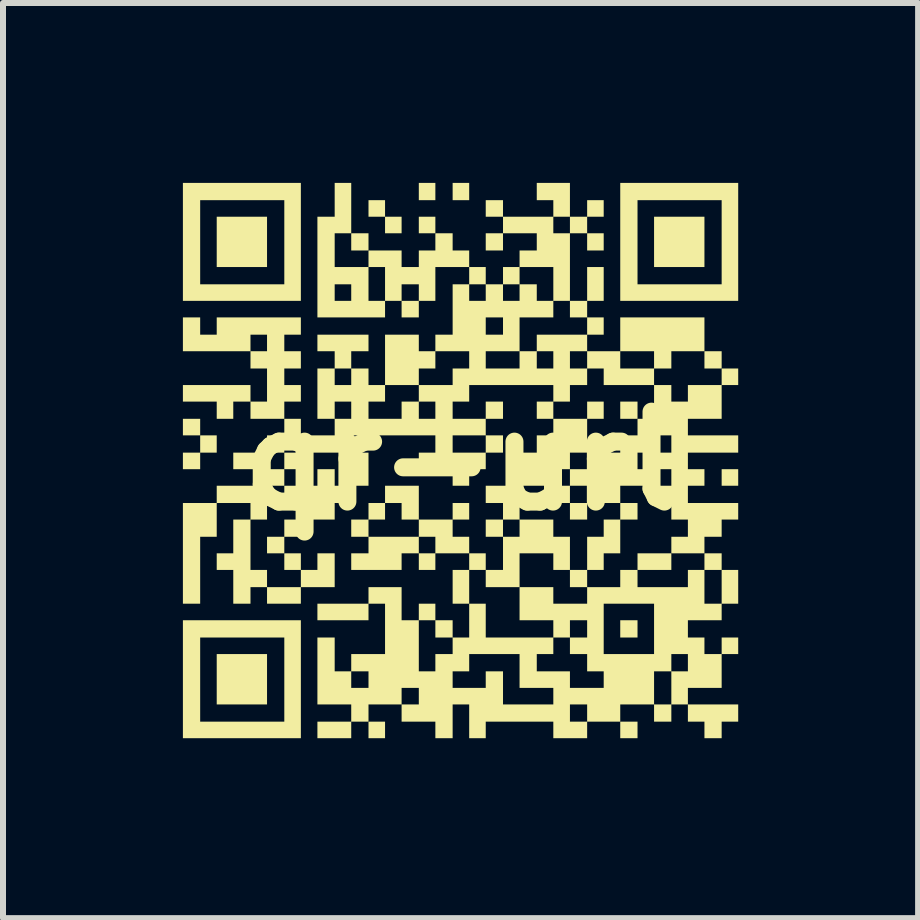
<source format=kicad_pcb>
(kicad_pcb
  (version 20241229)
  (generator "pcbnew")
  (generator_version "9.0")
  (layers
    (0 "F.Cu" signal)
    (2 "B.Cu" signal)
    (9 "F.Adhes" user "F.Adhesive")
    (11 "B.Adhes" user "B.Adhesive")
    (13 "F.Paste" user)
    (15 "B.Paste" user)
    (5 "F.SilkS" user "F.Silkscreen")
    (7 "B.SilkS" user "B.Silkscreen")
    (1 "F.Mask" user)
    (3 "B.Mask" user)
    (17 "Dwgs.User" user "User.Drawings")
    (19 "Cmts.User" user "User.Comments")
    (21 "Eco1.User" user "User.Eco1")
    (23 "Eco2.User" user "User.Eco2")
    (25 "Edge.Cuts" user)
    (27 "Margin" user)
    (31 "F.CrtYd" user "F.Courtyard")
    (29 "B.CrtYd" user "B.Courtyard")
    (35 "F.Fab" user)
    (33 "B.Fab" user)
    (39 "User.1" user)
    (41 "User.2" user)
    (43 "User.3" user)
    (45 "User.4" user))
  (footprint "qr-url"
    (layer "F.Cu")
    (at 4.636 4.636)
    (property "Reference" "qr-url" (at 0 0 0) (layer "F.SilkS") (effects (font (size 1.5 1.5) (thickness 0.3))))
    (attr board_only exclude_from_pos_files exclude_from_bom)
    (fp_poly (pts (xy -4.348 -0.564) (xy -4.348 -0.426) (xy -4.492 -0.426) (xy -4.636 -0.426) (xy -4.636 -0.564) (xy -4.636 -0.702) (xy -4.492 -0.702) (xy -4.348 -0.702)) (stroke (width 0) (type solid)) (fill yes) (layer "F.SilkS"))
    (fp_poly (pts (xy -3.233 -3.652) (xy -3.233 -3.233) (xy -3.652 -3.233) (xy -4.072 -3.233) (xy -4.072 -3.652) (xy -4.072 -4.072) (xy -3.652 -4.072) (xy -3.233 -4.072)) (stroke (width 0) (type solid)) (fill yes) (layer "F.SilkS"))
    (fp_poly (pts (xy -3.233 3.641) (xy -3.233 4.061) (xy -3.652 4.061) (xy -4.072 4.061) (xy -4.072 3.641) (xy -4.072 3.221) (xy -3.652 3.221) (xy -3.233 3.221)) (stroke (width 0) (type solid)) (fill yes) (layer "F.SilkS"))
    (fp_poly (pts (xy -2.669 0) (xy -2.669 0.138) (xy -2.807 0.138) (xy -2.945 0.138) (xy -2.945 0) (xy -2.945 -0.138) (xy -2.807 -0.138) (xy -2.669 -0.138)) (stroke (width 0) (type solid)) (fill yes) (layer "F.SilkS"))
    (fp_poly (pts (xy -1.541 -3.652) (xy -1.541 -3.509) (xy -1.685 -3.509) (xy -1.829 -3.509) (xy -1.829 -3.652) (xy -1.829 -3.796) (xy -1.685 -3.796) (xy -1.541 -3.796)) (stroke (width 0) (type solid)) (fill yes) (layer "F.SilkS"))
    (fp_poly (pts (xy -1.265 -4.21) (xy -1.265 -4.072) (xy -1.403 -4.072) (xy -1.541 -4.072) (xy -1.541 -4.21) (xy -1.541 -4.348) (xy -1.403 -4.348) (xy -1.265 -4.348)) (stroke (width 0) (type solid)) (fill yes) (layer "F.SilkS"))
    (fp_poly (pts (xy -1.265 4.486) (xy -1.265 4.624) (xy -1.403 4.624) (xy -1.541 4.624) (xy -1.541 4.486) (xy -1.541 4.348) (xy -1.403 4.348) (xy -1.265 4.348)) (stroke (width 0) (type solid)) (fill yes) (layer "F.SilkS"))
    (fp_poly (pts (xy -0.989 -3.934) (xy -0.989 -3.796) (xy -1.127 -3.796) (xy -1.265 -3.796) (xy -1.265 -3.934) (xy -1.265 -4.072) (xy -1.127 -4.072) (xy -0.989 -4.072)) (stroke (width 0) (type solid)) (fill yes) (layer "F.SilkS"))
    (fp_poly (pts (xy -0.426 -4.492) (xy -0.426 -4.348) (xy -0.564 -4.348) (xy -0.702 -4.348) (xy -0.702 -4.492) (xy -0.702 -4.636) (xy -0.564 -4.636) (xy -0.426 -4.636)) (stroke (width 0) (type solid)) (fill yes) (layer "F.SilkS"))
    (fp_poly (pts (xy -0.426 -3.934) (xy -0.426 -3.796) (xy -0.564 -3.796) (xy -0.702 -3.796) (xy -0.702 -3.934) (xy -0.702 -4.072) (xy -0.564 -4.072) (xy -0.426 -4.072)) (stroke (width 0) (type solid)) (fill yes) (layer "F.SilkS"))
    (fp_poly (pts (xy 0.138 -4.492) (xy 0.138 -4.348) (xy 0 -4.348) (xy -0.138 -4.348) (xy -0.138 -4.492) (xy -0.138 -4.636) (xy 0 -4.636) (xy 0.138 -4.636)) (stroke (width 0) (type solid)) (fill yes) (layer "F.SilkS"))
    (fp_poly (pts (xy 2.105 0.84) (xy 2.105 0.978) (xy 1.961 0.978) (xy 1.818 0.978) (xy 1.818 0.84) (xy 1.818 0.702) (xy 1.961 0.702) (xy 2.105 0.702)) (stroke (width 0) (type solid)) (fill yes) (layer "F.SilkS"))
    (fp_poly (pts (xy 2.381 -3.652) (xy 2.381 -3.509) (xy 2.243 -3.509) (xy 2.105 -3.509) (xy 2.105 -3.652) (xy 2.105 -3.796) (xy 2.243 -3.796) (xy 2.381 -3.796)) (stroke (width 0) (type solid)) (fill yes) (layer "F.SilkS"))
    (fp_poly (pts (xy 2.381 -0.846) (xy 2.381 -0.702) (xy 2.243 -0.702) (xy 2.105 -0.702) (xy 2.105 -0.846) (xy 2.105 -0.989) (xy 2.243 -0.989) (xy 2.381 -0.989)) (stroke (width 0) (type solid)) (fill yes) (layer "F.SilkS"))
    (fp_poly (pts (xy 2.945 -0.846) (xy 2.945 -0.702) (xy 2.801 -0.702) (xy 2.657 -0.702) (xy 2.657 -0.846) (xy 2.657 -0.989) (xy 2.801 -0.989) (xy 2.945 -0.989)) (stroke (width 0) (type solid)) (fill yes) (layer "F.SilkS"))
    (fp_poly (pts (xy 2.945 2.801) (xy 2.945 2.945) (xy 2.801 2.945) (xy 2.657 2.945) (xy 2.657 2.801) (xy 2.657 2.657) (xy 2.801 2.657) (xy 2.945 2.657)) (stroke (width 0) (type solid)) (fill yes) (layer "F.SilkS"))
    (fp_poly (pts (xy 2.945 4.486) (xy 2.945 4.624) (xy 2.801 4.624) (xy 2.657 4.624) (xy 2.657 4.486) (xy 2.657 4.348) (xy 2.801 4.348) (xy 2.945 4.348)) (stroke (width 0) (type solid)) (fill yes) (layer "F.SilkS"))
    (fp_poly (pts (xy 3.509 1.68) (xy 3.509 1.818) (xy 3.227 1.818) (xy 2.945 1.818) (xy 2.945 1.68) (xy 2.945 1.541) (xy 3.227 1.541) (xy 3.509 1.541)) (stroke (width 0) (type solid)) (fill yes) (layer "F.SilkS"))
    (fp_poly (pts (xy 4.061 -3.652) (xy 4.061 -3.233) (xy 3.641 -3.233) (xy 3.221 -3.233) (xy 3.221 -3.652) (xy 3.221 -4.072) (xy 3.641 -4.072) (xy 4.061 -4.072)) (stroke (width 0) (type solid)) (fill yes) (layer "F.SilkS"))
    (fp_poly (pts (xy 4.348 -1.685) (xy 4.348 -1.541) (xy 4.205 -1.541) (xy 4.061 -1.541) (xy 4.061 -1.685) (xy 4.061 -1.829) (xy 4.205 -1.829) (xy 4.348 -1.829)) (stroke (width 0) (type solid)) (fill yes) (layer "F.SilkS"))
    (fp_poly (pts (xy 4.624 0.276) (xy 4.624 0.414) (xy 4.486 0.414) (xy 4.348 0.414) (xy 4.348 0.276) (xy 4.348 0.138) (xy 4.486 0.138) (xy 4.624 0.138)) (stroke (width 0) (type solid)) (fill yes) (layer "F.SilkS"))
    (fp_poly (pts (xy -4.072 -0.282) (xy -4.072 -0.138) (xy -4.21 -0.138) (xy -4.348 -0.138) (xy -4.348 0) (xy -4.348 0.138) (xy -4.492 0.138) (xy -4.636 0.138) (xy -4.636 0) (xy -4.636 -0.138) (xy -4.492 -0.138) (xy -4.348 -0.138) (xy -4.348 -0.282) (xy -4.348 -0.426) (xy -4.21 -0.426) (xy -4.072 -0.426)) (stroke (width 0) (type solid)) (fill yes) (layer "F.SilkS"))
    (fp_poly (pts (xy 2.105 0.276) (xy 2.105 0.414) (xy 1.961 0.414) (xy 1.818 0.414) (xy 1.818 0.558) (xy 1.818 0.702) (xy 1.68 0.702) (xy 1.541 0.702) (xy 1.541 0.558) (xy 1.541 0.414) (xy 1.68 0.414) (xy 1.818 0.414) (xy 1.818 0.276) (xy 1.818 0.138) (xy 1.961 0.138) (xy 2.105 0.138)) (stroke (width 0) (type solid)) (fill yes) (layer "F.SilkS"))
    (fp_poly (pts (xy 4.624 4.205) (xy 4.624 4.348) (xy 4.486 4.348) (xy 4.348 4.348) (xy 4.348 4.486) (xy 4.348 4.624) (xy 4.205 4.624) (xy 4.061 4.624) (xy 4.061 4.486) (xy 4.061 4.348) (xy 3.923 4.348) (xy 3.785 4.348) (xy 3.785 4.205) (xy 3.785 4.061) (xy 4.205 4.061) (xy 4.624 4.061)) (stroke (width 0) (type solid)) (fill yes) (layer "F.SilkS"))
    (fp_poly (pts (xy -2.669 -3.652) (xy -2.669 -2.669) (xy -3.652 -2.669) (xy -4.636 -2.669) (xy -4.636 -3.652) (xy -4.636 -4.348) (xy -4.348 -4.348) (xy -4.348 -3.647) (xy -4.348 -2.945) (xy -3.647 -2.945) (xy -2.945 -2.945) (xy -2.945 -3.647) (xy -2.945 -4.348) (xy -3.647 -4.348) (xy -4.348 -4.348) (xy -4.636 -4.348) (xy -4.636 -4.636) (xy -3.652 -4.636) (xy -2.669 -4.636)) (stroke (width 0) (type solid)) (fill yes) (layer "F.SilkS"))
    (fp_poly (pts (xy -2.669 3.641) (xy -2.669 4.624) (xy -3.652 4.624) (xy -4.636 4.624) (xy -4.636 3.641) (xy -4.636 2.945) (xy -4.348 2.945) (xy -4.348 3.647) (xy -4.348 4.348) (xy -3.647 4.348) (xy -2.945 4.348) (xy -2.945 3.647) (xy -2.945 2.945) (xy -3.647 2.945) (xy -4.348 2.945) (xy -4.636 2.945) (xy -4.636 2.657) (xy -3.652 2.657) (xy -2.669 2.657)) (stroke (width 0) (type solid)) (fill yes) (layer "F.SilkS"))
    (fp_poly (pts (xy 4.624 -3.652) (xy 4.624 -2.669) (xy 3.641 -2.669) (xy 2.657 -2.669) (xy 2.657 -3.652) (xy 2.657 -4.348) (xy 2.945 -4.348) (xy 2.945 -3.647) (xy 2.945 -2.945) (xy 3.647 -2.945) (xy 4.348 -2.945) (xy 4.348 -3.647) (xy 4.348 -4.348) (xy 3.647 -4.348) (xy 2.945 -4.348) (xy 2.657 -4.348) (xy 2.657 -4.636) (xy 3.641 -4.636) (xy 4.624 -4.636)) (stroke (width 0) (type solid)) (fill yes) (layer "F.SilkS"))
    (fp_poly (pts (xy 2.945 0.84) (xy 2.945 0.978) (xy 2.801 0.978) (xy 2.657 0.978) (xy 2.657 1.26) (xy 2.657 1.541) (xy 2.519 1.541) (xy 2.381 1.541) (xy 2.381 1.68) (xy 2.381 1.818) (xy 2.243 1.818) (xy 2.105 1.818) (xy 2.105 1.961) (xy 2.105 2.105) (xy 1.961 2.105) (xy 1.818 2.105) (xy 1.818 1.961) (xy 1.818 1.818) (xy 1.961 1.818) (xy 2.105 1.818) (xy 2.105 1.541) (xy 2.105 1.265) (xy 2.243 1.265) (xy 2.381 1.265) (xy 2.381 1.122) (xy 2.381 0.978) (xy 2.519 0.978) (xy 2.657 0.978) (xy 2.657 0.84) (xy 2.657 0.702) (xy 2.801 0.702) (xy 2.945 0.702)) (stroke (width 0) (type solid)) (fill yes) (layer "F.SilkS"))
    (fp_poly (pts (xy -1.541 0.138) (xy -1.541 0.414) (xy -1.685 0.414) (xy -1.829 0.414) (xy -1.829 0.558) (xy -1.829 0.702) (xy -1.967 0.702) (xy -2.105 0.702) (xy -2.105 0.84) (xy -2.105 0.978) (xy -2.387 0.978) (xy -2.669 0.978) (xy -2.669 1.122) (xy -2.669 1.265) (xy -2.807 1.265) (xy -2.945 1.265) (xy -2.945 1.403) (xy -2.945 1.541) (xy -3.089 1.541) (xy -3.233 1.541) (xy -3.233 1.403) (xy -3.233 1.265) (xy -3.089 1.265) (xy -2.945 1.265) (xy -2.945 1.122) (xy -2.945 0.978) (xy -2.807 0.978) (xy -2.669 0.978) (xy -2.669 0.84) (xy -2.669 0.702) (xy -2.807 0.702) (xy -2.945 0.702) (xy -2.945 0.558) (xy -2.945 0.414) (xy -2.669 0.414) (xy -2.393 0.414) (xy -2.393 0.276) (xy -2.393 0.138) (xy -2.249 0.138) (xy -2.105 0.138) (xy -2.105 0.276) (xy -2.105 0.414) (xy -1.967 0.414) (xy -1.829 0.414) (xy -1.829 0.138) (xy -1.829 -0.138) (xy -1.685 -0.138) (xy -1.541 -0.138)) (stroke (width 0) (type solid)) (fill yes) (layer "F.SilkS"))
    (fp_poly (pts (xy -4.348 -2.249) (xy -4.348 -2.105) (xy -4.21 -2.105) (xy -4.072 -2.105) (xy -3.509 -2.105) (xy -3.509 -1.967) (xy -3.509 -1.829) (xy -3.371 -1.829) (xy -3.233 -1.829) (xy -3.233 -1.967) (xy -3.233 -2.105) (xy -3.371 -2.105) (xy -3.509 -2.105) (xy -4.072 -2.105) (xy -4.072 -2.249) (xy -4.072 -2.393) (xy -3.371 -2.393) (xy -2.669 -2.393) (xy -2.669 -2.249) (xy -2.669 -2.105) (xy -2.807 -2.105) (xy -2.945 -2.105) (xy -2.945 -1.967) (xy -2.945 -1.829) (xy -2.807 -1.829) (xy -2.669 -1.829) (xy -2.669 -1.685) (xy -2.669 -1.541) (xy -2.807 -1.541) (xy -2.945 -1.541) (xy -2.945 -1.403) (xy -2.945 -1.265) (xy -2.807 -1.265) (xy -2.669 -1.265) (xy -2.669 -1.127) (xy -2.669 -0.989) (xy -2.807 -0.989) (xy -2.945 -0.989) (xy -2.945 -0.846) (xy -2.945 -0.702) (xy -3.227 -0.702) (xy -3.509 -0.702) (xy -3.509 -0.846) (xy -3.509 -0.989) (xy -3.652 -0.989) (xy -3.796 -0.989) (xy -3.796 -0.846) (xy -3.796 -0.702) (xy -3.934 -0.702) (xy -4.072 -0.702) (xy -4.072 -0.846) (xy -4.072 -0.989) (xy -4.354 -0.989) (xy -4.636 -0.989) (xy -4.636 -1.127) (xy -4.636 -1.265) (xy -4.072 -1.265) (xy -3.509 -1.265) (xy -3.509 -1.127) (xy -3.509 -0.989) (xy -3.371 -0.989) (xy -3.233 -0.989) (xy -3.233 -1.265) (xy -3.233 -1.541) (xy -3.371 -1.541) (xy -3.509 -1.541) (xy -3.509 -1.685) (xy -3.509 -1.829) (xy -4.072 -1.829) (xy -4.636 -1.829) (xy -4.636 -2.111) (xy -4.636 -2.393) (xy -4.492 -2.393) (xy -4.348 -2.393)) (stroke (width 0) (type solid)) (fill yes) (layer "F.SilkS"))
    (fp_poly (pts (xy -0.702 0.696) (xy -0.702 0.978) (xy -0.42 0.978) (xy -0.138 0.978) (xy -0.138 0.84) (xy -0.138 0.702) (xy 0 0.702) (xy 0.138 0.702) (xy 0.138 0.84) (xy 0.138 0.978) (xy 0 0.978) (xy -0.138 0.978) (xy -0.138 1.122) (xy -0.138 1.265) (xy 0 1.265) (xy 0.138 1.265) (xy 0.138 1.403) (xy 0.138 1.541) (xy -0.144 1.541) (xy -0.426 1.541) (xy -0.426 1.68) (xy -0.426 1.818) (xy -0.564 1.818) (xy -0.702 1.818) (xy -0.702 1.68) (xy -0.702 1.541) (xy -0.846 1.541) (xy -0.989 1.541) (xy -0.989 1.68) (xy -0.989 1.818) (xy -1.409 1.818) (xy -1.829 1.818) (xy -1.829 1.68) (xy -1.829 1.541) (xy -1.685 1.541) (xy -1.541 1.541) (xy -1.541 1.403) (xy -1.541 1.265) (xy -1.122 1.265) (xy -0.702 1.265) (xy -0.702 1.403) (xy -0.702 1.541) (xy -0.564 1.541) (xy -0.426 1.541) (xy -0.426 1.403) (xy -0.426 1.265) (xy -0.564 1.265) (xy -0.702 1.265) (xy -0.702 1.122) (xy -0.702 0.978) (xy -0.846 0.978) (xy -0.989 0.978) (xy -0.989 0.84) (xy -0.989 0.702) (xy -1.127 0.702) (xy -1.265 0.702) (xy -1.265 0.84) (xy -1.265 0.978) (xy -1.403 0.978) (xy -1.541 0.978) (xy -1.541 1.122) (xy -1.541 1.265) (xy -1.685 1.265) (xy -1.829 1.265) (xy -1.829 1.122) (xy -1.829 0.978) (xy -1.685 0.978) (xy -1.541 0.978) (xy -1.541 0.84) (xy -1.541 0.702) (xy -1.403 0.702) (xy -1.265 0.702) (xy -1.265 0.558) (xy -1.265 0.414) (xy -0.984 0.414) (xy -0.702 0.414)) (stroke (width 0) (type solid)) (fill yes) (layer "F.SilkS"))
    (fp_poly (pts (xy -2.945 0.276) (xy -2.945 0.414) (xy -3.089 0.414) (xy -3.233 0.414) (xy -3.233 0.696) (xy -3.233 0.978) (xy -3.371 0.978) (xy -3.509 0.978) (xy -3.509 1.398) (xy -3.509 1.818) (xy -3.371 1.818) (xy -3.233 1.818) (xy -3.233 1.961) (xy -3.233 2.105) (xy -2.951 2.105) (xy -2.669 2.105) (xy -2.669 1.961) (xy -2.669 1.818) (xy -2.807 1.818) (xy -2.945 1.818) (xy -2.945 1.68) (xy -2.945 1.541) (xy -2.807 1.541) (xy -2.669 1.541) (xy -2.669 1.68) (xy -2.669 1.818) (xy -2.531 1.818) (xy -2.393 1.818) (xy -2.393 1.68) (xy -2.393 1.541) (xy -2.249 1.541) (xy -2.105 1.541) (xy -2.105 1.823) (xy -2.105 2.105) (xy -2.387 2.105) (xy -2.669 2.105) (xy -2.669 2.243) (xy -2.669 2.381) (xy -2.951 2.381) (xy -3.233 2.381) (xy -3.233 2.243) (xy -3.233 2.105) (xy -3.371 2.105) (xy -3.509 2.105) (xy -3.509 2.243) (xy -3.509 2.381) (xy -3.652 2.381) (xy -3.796 2.381) (xy -3.796 2.099) (xy -3.796 1.818) (xy -3.934 1.818) (xy -4.072 1.818) (xy -4.072 1.68) (xy -4.072 1.541) (xy -3.934 1.541) (xy -3.796 1.541) (xy -3.796 1.26) (xy -3.796 0.978) (xy -3.652 0.978) (xy -3.509 0.978) (xy -3.509 0.84) (xy -3.509 0.702) (xy -3.79 0.702) (xy -4.072 0.702) (xy -4.072 0.984) (xy -4.072 1.265) (xy -4.21 1.265) (xy -4.348 1.265) (xy -4.348 1.823) (xy -4.348 2.381) (xy -4.492 2.381) (xy -4.636 2.381) (xy -4.636 1.541) (xy -4.636 0.702) (xy -4.354 0.702) (xy -4.072 0.702) (xy -4.072 0.558) (xy -4.072 0.414) (xy -3.652 0.414) (xy -3.233 0.414) (xy -3.233 0.276) (xy -3.233 0.138) (xy -3.089 0.138) (xy -2.945 0.138)) (stroke (width 0) (type solid)) (fill yes) (layer "F.SilkS"))
    (fp_poly (pts (xy -1.829 -4.216) (xy -1.829 -3.796) (xy -1.967 -3.796) (xy -2.105 -3.796) (xy -2.105 -3.514) (xy -2.105 -3.233) (xy -1.823 -3.233) (xy -1.541 -3.233) (xy -1.541 -2.951) (xy -1.541 -2.669) (xy -1.403 -2.669) (xy -1.265 -2.669) (xy -1.265 -2.945) (xy -0.989 -2.945) (xy -0.989 -2.807) (xy -0.989 -2.669) (xy -0.846 -2.669) (xy -0.702 -2.669) (xy -0.702 -2.807) (xy -0.702 -2.945) (xy -0.846 -2.945) (xy -0.989 -2.945) (xy -1.265 -2.945) (xy -1.265 -2.951) (xy -1.265 -3.233) (xy -1.403 -3.233) (xy -1.541 -3.233) (xy -1.541 -3.371) (xy -1.541 -3.509) (xy -1.265 -3.509) (xy -0.989 -3.509) (xy -0.989 -3.371) (xy -0.989 -3.233) (xy -0.846 -3.233) (xy -0.702 -3.233) (xy -0.702 -3.371) (xy -0.702 -3.509) (xy -0.564 -3.509) (xy -0.426 -3.509) (xy -0.426 -3.652) (xy -0.426 -3.796) (xy -0.282 -3.796) (xy -0.138 -3.796) (xy -0.138 -3.652) (xy -0.138 -3.509) (xy 0 -3.509) (xy 0.138 -3.509) (xy 0.138 -3.371) (xy 0.138 -3.233) (xy -0.144 -3.233) (xy -0.426 -3.233) (xy -0.426 -2.951) (xy -0.426 -2.669) (xy -0.564 -2.669) (xy -0.702 -2.669) (xy -0.702 -2.531) (xy -0.702 -2.393) (xy -0.846 -2.393) (xy -0.989 -2.393) (xy -0.989 -2.531) (xy -0.989 -2.669) (xy -1.127 -2.669) (xy -1.265 -2.669) (xy -1.265 -2.531) (xy -1.265 -2.393) (xy -1.829 -2.393) (xy -2.393 -2.393) (xy -2.393 -2.945) (xy -2.105 -2.945) (xy -2.105 -2.807) (xy -2.105 -2.669) (xy -1.967 -2.669) (xy -1.829 -2.669) (xy -1.829 -2.807) (xy -1.829 -2.945) (xy -1.967 -2.945) (xy -2.105 -2.945) (xy -2.393 -2.945) (xy -2.393 -3.233) (xy -2.393 -4.072) (xy -2.249 -4.072) (xy -2.105 -4.072) (xy -2.105 -4.354) (xy -2.105 -4.636) (xy -1.967 -4.636) (xy -1.829 -4.636)) (stroke (width 0) (type solid)) (fill yes) (layer "F.SilkS"))
    (fp_poly (pts (xy 2.105 -0.42) (xy 2.105 -0.138) (xy 1.961 -0.138) (xy 1.818 -0.138) (xy 1.818 0) (xy 1.818 0.138) (xy 1.68 0.138) (xy 1.541 0.138) (xy 1.541 0.276) (xy 1.541 0.414) (xy 1.26 0.414) (xy 0.978 0.414) (xy 0.978 0.696) (xy 0.978 0.978) (xy 0.84 0.978) (xy 0.702 0.978) (xy 0.702 1.122) (xy 0.702 1.265) (xy 0.84 1.265) (xy 0.978 1.265) (xy 0.978 1.122) (xy 0.978 0.978) (xy 1.26 0.978) (xy 1.541 0.978) (xy 1.541 1.122) (xy 1.541 1.265) (xy 1.68 1.265) (xy 1.818 1.265) (xy 1.818 1.541) (xy 1.818 1.818) (xy 1.68 1.818) (xy 1.541 1.818) (xy 1.541 1.68) (xy 1.541 1.541) (xy 1.26 1.541) (xy 0.978 1.541) (xy 0.978 1.823) (xy 0.978 2.105) (xy 0.696 2.105) (xy 0.414 2.105) (xy 0.414 1.961) (xy 0.414 1.818) (xy 0.276 1.818) (xy 0.138 1.818) (xy 0.138 2.099) (xy 0.138 2.381) (xy 0 2.381) (xy -0.138 2.381) (xy -0.138 2.099) (xy -0.138 1.818) (xy 0 1.818) (xy 0.138 1.818) (xy 0.138 1.68) (xy 0.138 1.541) (xy 0.276 1.541) (xy 0.414 1.541) (xy 0.414 1.68) (xy 0.414 1.818) (xy 0.558 1.818) (xy 0.702 1.818) (xy 0.702 1.541) (xy 0.702 1.265) (xy 0.558 1.265) (xy 0.414 1.265) (xy 0.414 1.122) (xy 0.414 0.978) (xy 0.558 0.978) (xy 0.702 0.978) (xy 0.702 0.84) (xy 0.702 0.702) (xy 0.558 0.702) (xy 0.414 0.702) (xy 0.414 0.558) (xy 0.414 0.414) (xy 0.696 0.414) (xy 0.978 0.414) (xy 0.978 0.138) (xy 0.978 -0.138) (xy 1.122 -0.138) (xy 1.265 -0.138) (xy 1.265 -0.282) (xy 1.265 -0.426) (xy 1.403 -0.426) (xy 1.541 -0.426) (xy 1.541 -0.564) (xy 1.541 -0.702) (xy 1.823 -0.702) (xy 2.105 -0.702)) (stroke (width 0) (type solid)) (fill yes) (layer "F.SilkS"))
    (fp_poly (pts (xy 4.624 -1.403) (xy 4.624 -1.265) (xy 4.486 -1.265) (xy 4.348 -1.265) (xy 4.348 -0.984) (xy 4.348 -0.702) (xy 4.067 -0.702) (xy 3.785 -0.702) (xy 3.785 -0.564) (xy 3.785 -0.426) (xy 4.205 -0.426) (xy 4.624 -0.426) (xy 4.624 -0.282) (xy 4.624 -0.138) (xy 4.205 -0.138) (xy 3.785 -0.138) (xy 3.785 0) (xy 3.785 0.138) (xy 3.923 0.138) (xy 4.061 0.138) (xy 4.061 0.276) (xy 4.061 0.414) (xy 3.923 0.414) (xy 3.785 0.414) (xy 3.785 0.558) (xy 3.785 0.702) (xy 4.205 0.702) (xy 4.624 0.702) (xy 4.624 0.84) (xy 4.624 0.978) (xy 4.486 0.978) (xy 4.348 0.978) (xy 4.348 1.122) (xy 4.348 1.265) (xy 4.205 1.265) (xy 4.061 1.265) (xy 4.061 1.403) (xy 4.061 1.541) (xy 3.785 1.541) (xy 3.509 1.541) (xy 3.509 1.403) (xy 3.509 1.265) (xy 3.647 1.265) (xy 3.785 1.265) (xy 3.785 1.122) (xy 3.785 0.978) (xy 3.647 0.978) (xy 3.509 0.978) (xy 3.509 0.84) (xy 3.509 0.702) (xy 3.365 0.702) (xy 3.221 0.702) (xy 3.221 0.558) (xy 3.221 0.414) (xy 3.365 0.414) (xy 3.509 0.414) (xy 3.509 0.276) (xy 3.509 0.138) (xy 3.365 0.138) (xy 3.221 0.138) (xy 3.221 0.276) (xy 3.221 0.414) (xy 2.939 0.414) (xy 2.657 0.414) (xy 2.657 0.558) (xy 2.657 0.702) (xy 2.381 0.702) (xy 2.105 0.702) (xy 2.105 0.558) (xy 2.105 0.414) (xy 2.243 0.414) (xy 2.381 0.414) (xy 2.381 0.276) (xy 2.381 0.138) (xy 2.945 0.138) (xy 3.083 0.138) (xy 3.221 0.138) (xy 3.221 0) (xy 3.221 -0.138) (xy 3.365 -0.138) (xy 3.509 -0.138) (xy 3.509 -0.282) (xy 3.509 -0.426) (xy 3.365 -0.426) (xy 3.221 -0.426) (xy 3.221 -0.282) (xy 3.221 -0.138) (xy 3.083 -0.138) (xy 2.945 -0.138) (xy 2.945 0) (xy 2.945 0.138) (xy 2.381 0.138) (xy 2.243 0.138) (xy 2.105 0.138) (xy 2.105 0) (xy 2.105 -0.138) (xy 2.381 -0.138) (xy 2.657 -0.138) (xy 2.657 -0.282) (xy 2.657 -0.426) (xy 2.801 -0.426) (xy 2.945 -0.426) (xy 2.945 -0.564) (xy 2.945 -0.702) (xy 3.083 -0.702) (xy 3.221 -0.702) (xy 3.221 -0.984) (xy 3.221 -1.265) (xy 3.365 -1.265) (xy 3.509 -1.265) (xy 3.509 -1.127) (xy 3.509 -0.989) (xy 3.647 -0.989) (xy 3.785 -0.989) (xy 3.785 -1.127) (xy 3.785 -1.265) (xy 4.067 -1.265) (xy 4.348 -1.265) (xy 4.348 -1.403) (xy 4.348 -1.541) (xy 4.486 -1.541) (xy 4.624 -1.541)) (stroke (width 0) (type solid)) (fill yes) (layer "F.SilkS"))
    (fp_poly (pts (xy 4.348 1.68) (xy 4.348 1.818) (xy 4.205 1.818) (xy 4.061 1.818) (xy 4.061 2.099) (xy 4.061 2.381) (xy 4.205 2.381) (xy 4.348 2.381) (xy 4.348 2.099) (xy 4.348 1.818) (xy 4.486 1.818) (xy 4.624 1.818) (xy 4.624 2.099) (xy 4.624 2.381) (xy 4.486 2.381) (xy 4.348 2.381) (xy 4.348 2.519) (xy 4.348 2.657) (xy 4.067 2.657) (xy 3.785 2.657) (xy 3.785 2.801) (xy 3.785 2.945) (xy 3.923 2.945) (xy 4.061 2.945) (xy 4.061 3.083) (xy 4.061 3.221) (xy 4.205 3.221) (xy 4.348 3.221) (xy 4.348 3.083) (xy 4.348 2.945) (xy 4.486 2.945) (xy 4.624 2.945) (xy 4.624 3.083) (xy 4.624 3.221) (xy 4.486 3.221) (xy 4.348 3.221) (xy 4.348 3.503) (xy 4.348 3.785) (xy 4.067 3.785) (xy 3.785 3.785) (xy 3.785 3.923) (xy 3.785 4.061) (xy 3.647 4.061) (xy 3.509 4.061) (xy 3.509 4.205) (xy 3.509 4.348) (xy 3.365 4.348) (xy 3.221 4.348) (xy 3.221 4.205) (xy 3.221 4.061) (xy 3.365 4.061) (xy 3.509 4.061) (xy 3.509 3.785) (xy 3.509 3.509) (xy 3.647 3.509) (xy 3.785 3.509) (xy 3.785 3.365) (xy 3.785 3.221) (xy 3.647 3.221) (xy 3.509 3.221) (xy 3.509 3.365) (xy 3.509 3.509) (xy 3.365 3.509) (xy 3.221 3.509) (xy 3.221 3.785) (xy 3.221 4.061) (xy 2.939 4.061) (xy 2.657 4.061) (xy 2.657 4.205) (xy 2.657 4.348) (xy 2.381 4.348) (xy 2.105 4.348) (xy 2.105 4.486) (xy 2.105 4.624) (xy 1.823 4.624) (xy 1.541 4.624) (xy 1.541 4.486) (xy 1.541 4.348) (xy 0.978 4.348) (xy 0.414 4.348) (xy 0.414 4.486) (xy 0.414 4.624) (xy 0.276 4.624) (xy 0.138 4.624) (xy 0.138 4.343) (xy 0.138 4.061) (xy 0 4.061) (xy -0.138 4.061) (xy -0.138 4.343) (xy -0.138 4.624) (xy -0.282 4.624) (xy -0.426 4.624) (xy -0.426 4.486) (xy -0.426 4.348) (xy -0.707 4.348) (xy -0.989 4.348) (xy -0.989 4.205) (xy -0.989 4.061) (xy -1.265 4.061) (xy -1.541 4.061) (xy -1.541 4.205) (xy -1.541 4.348) (xy -1.685 4.348) (xy -1.829 4.348) (xy -1.829 4.486) (xy -1.829 4.624) (xy -2.111 4.624) (xy -2.393 4.624) (xy -2.393 4.486) (xy -2.393 4.348) (xy -2.111 4.348) (xy -1.829 4.348) (xy -1.829 4.205) (xy -1.829 4.061) (xy -2.111 4.061) (xy -2.393 4.061) (xy -2.393 3.503) (xy -2.393 2.945) (xy -2.249 2.945) (xy -2.105 2.945) (xy -2.105 3.227) (xy -2.105 3.509) (xy -1.967 3.509) (xy -1.829 3.509) (xy -1.829 3.647) (xy -1.829 3.785) (xy -1.685 3.785) (xy -1.541 3.785) (xy -0.989 3.785) (xy -0.989 3.923) (xy -0.989 4.061) (xy -0.846 4.061) (xy -0.702 4.061) (xy -0.702 3.923) (xy -0.702 3.785) (xy -0.138 3.785) (xy 0.138 3.785) (xy 0.414 3.785) (xy 0.414 3.647) (xy 0.414 3.509) (xy 0.558 3.509) (xy 0.702 3.509) (xy 0.702 3.785) (xy 0.702 4.061) (xy 1.122 4.061) (xy 1.541 4.061) (xy 1.818 4.061) (xy 1.818 4.205) (xy 1.818 4.348) (xy 1.961 4.348) (xy 2.105 4.348) (xy 2.105 4.205) (xy 2.105 4.061) (xy 1.961 4.061) (xy 1.818 4.061) (xy 1.541 4.061) (xy 1.541 3.923) (xy 1.541 3.785) (xy 1.26 3.785) (xy 0.978 3.785) (xy 0.978 3.503) (xy 0.978 3.221) (xy 0.558 3.221) (xy 0.138 3.221) (xy 0.138 3.365) (xy 0.138 3.509) (xy 0 3.509) (xy -0.138 3.509) (xy -0.138 3.647) (xy -0.138 3.785) (xy -0.702 3.785) (xy -0.846 3.785) (xy -0.989 3.785) (xy -1.541 3.785) (xy -1.541 3.647) (xy -1.541 3.509) (xy -1.685 3.509) (xy -1.829 3.509) (xy -1.829 3.365) (xy -1.829 3.221) (xy -1.547 3.221) (xy -1.265 3.221) (xy -1.265 2.801) (xy -1.265 2.381) (xy -1.403 2.381) (xy -1.541 2.381) (xy -1.541 2.519) (xy -1.541 2.657) (xy -1.967 2.657) (xy -2.393 2.657) (xy -2.393 2.519) (xy -2.393 2.381) (xy -1.967 2.381) (xy -1.541 2.381) (xy -1.541 2.243) (xy -1.541 2.105) (xy -1.265 2.105) (xy -0.989 2.105) (xy -0.989 2.381) (xy -0.989 2.657) (xy -0.846 2.657) (xy -0.702 2.657) (xy -0.702 2.519) (xy -0.702 2.381) (xy -0.564 2.381) (xy -0.426 2.381) (xy -0.426 2.519) (xy -0.426 2.657) (xy -0.564 2.657) (xy -0.702 2.657) (xy -0.702 3.083) (xy -0.702 3.509) (xy -0.564 3.509) (xy -0.426 3.509) (xy -0.426 3.365) (xy -0.426 3.221) (xy -0.282 3.221) (xy -0.138 3.221) (xy -0.138 3.083) (xy -0.138 2.945) (xy -0.282 2.945) (xy -0.426 2.945) (xy -0.426 2.801) (xy -0.426 2.657) (xy -0.282 2.657) (xy -0.138 2.657) (xy -0.138 2.801) (xy -0.138 2.945) (xy 0 2.945) (xy 0.138 2.945) (xy 0.138 2.663) (xy 0.138 2.381) (xy 0.276 2.381) (xy 0.414 2.381) (xy 0.414 2.663) (xy 0.414 2.945) (xy 0.978 2.945) (xy 1.541 2.945) (xy 1.541 3.083) (xy 1.541 3.221) (xy 1.403 3.221) (xy 1.265 3.221) (xy 1.265 3.365) (xy 1.265 3.509) (xy 1.541 3.509) (xy 1.818 3.509) (xy 1.818 3.647) (xy 1.818 3.785) (xy 2.099 3.785) (xy 2.381 3.785) (xy 2.381 3.647) (xy 2.381 3.509) (xy 2.243 3.509) (xy 2.105 3.509) (xy 2.105 3.365) (xy 2.105 3.221) (xy 1.961 3.221) (xy 1.818 3.221) (xy 1.818 3.083) (xy 1.818 2.945) (xy 1.961 2.945) (xy 2.105 2.945) (xy 2.105 2.801) (xy 2.105 2.657) (xy 1.961 2.657) (xy 1.818 2.657) (xy 1.818 2.801) (xy 1.818 2.945) (xy 1.68 2.945) (xy 1.541 2.945) (xy 1.541 2.801) (xy 1.541 2.657) (xy 1.26 2.657) (xy 0.978 2.657) (xy 0.978 2.381) (xy 0.978 2.105) (xy 1.26 2.105) (xy 1.541 2.105) (xy 1.541 2.243) (xy 1.541 2.381) (xy 1.823 2.381) (xy 2.105 2.381) (xy 2.381 2.381) (xy 2.381 2.801) (xy 2.381 3.221) (xy 2.801 3.221) (xy 3.221 3.221) (xy 3.221 2.801) (xy 3.221 2.381) (xy 2.801 2.381) (xy 2.381 2.381) (xy 2.105 2.381) (xy 2.105 2.243) (xy 2.105 2.105) (xy 2.381 2.105) (xy 2.657 2.105) (xy 2.657 1.961) (xy 2.657 1.818) (xy 2.801 1.818) (xy 2.945 1.818) (xy 2.945 1.961) (xy 2.945 2.105) (xy 3.365 2.105) (xy 3.785 2.105) (xy 3.785 1.961) (xy 3.785 1.818) (xy 3.923 1.818) (xy 4.061 1.818) (xy 4.061 1.68) (xy 4.061 1.541) (xy 4.205 1.541) (xy 4.348 1.541)) (stroke (width 0) (type solid)) (fill yes) (layer "F.SilkS"))
    (fp_poly (pts (xy 1.818 -4.354) (xy 1.818 -4.072) (xy 1.961 -4.072) (xy 2.105 -4.072) (xy 2.105 -4.21) (xy 2.105 -4.348) (xy 2.243 -4.348) (xy 2.381 -4.348) (xy 2.381 -4.21) (xy 2.381 -4.072) (xy 2.243 -4.072) (xy 2.105 -4.072) (xy 2.105 -3.934) (xy 2.105 -3.796) (xy 1.961 -3.796) (xy 1.818 -3.796) (xy 1.818 -3.233) (xy 1.818 -2.669) (xy 1.961 -2.669) (xy 2.105 -2.669) (xy 2.105 -2.951) (xy 2.105 -3.233) (xy 2.243 -3.233) (xy 2.381 -3.233) (xy 2.381 -2.951) (xy 2.381 -2.669) (xy 2.243 -2.669) (xy 2.105 -2.669) (xy 2.105 -2.531) (xy 2.105 -2.393) (xy 1.961 -2.393) (xy 1.818 -2.393) (xy 1.818 -2.531) (xy 1.818 -2.669) (xy 1.68 -2.669) (xy 1.541 -2.669) (xy 1.541 -2.531) (xy 1.541 -2.393) (xy 1.26 -2.393) (xy 0.978 -2.393) (xy 0.978 -2.111) (xy 0.978 -1.829) (xy 0.696 -1.829) (xy 0.414 -1.829) (xy 0.414 -1.685) (xy 0.414 -1.541) (xy 0.696 -1.541) (xy 0.978 -1.541) (xy 0.978 -1.685) (xy 0.978 -1.829) (xy 1.122 -1.829) (xy 1.265 -1.829) (xy 1.265 -1.685) (xy 1.265 -1.541) (xy 1.403 -1.541) (xy 1.541 -1.541) (xy 1.541 -1.685) (xy 1.541 -1.829) (xy 1.818 -1.829) (xy 1.818 -1.685) (xy 1.818 -1.541) (xy 1.961 -1.541) (xy 2.105 -1.541) (xy 2.105 -1.685) (xy 2.105 -1.829) (xy 1.961 -1.829) (xy 1.818 -1.829) (xy 1.541 -1.829) (xy 1.403 -1.829) (xy 1.265 -1.829) (xy 1.265 -1.967) (xy 1.265 -2.105) (xy 1.685 -2.105) (xy 2.105 -2.105) (xy 2.105 -2.249) (xy 2.105 -2.393) (xy 2.243 -2.393) (xy 2.381 -2.393) (xy 2.381 -2.249) (xy 2.381 -2.105) (xy 2.243 -2.105) (xy 2.105 -2.105) (xy 2.105 -1.967) (xy 2.105 -1.829) (xy 2.381 -1.829) (xy 2.657 -1.829) (xy 2.657 -2.111) (xy 2.657 -2.393) (xy 3.359 -2.393) (xy 4.061 -2.393) (xy 4.061 -2.111) (xy 4.061 -1.829) (xy 3.785 -1.829) (xy 3.509 -1.829) (xy 3.509 -1.685) (xy 3.509 -1.541) (xy 3.365 -1.541) (xy 3.221 -1.541) (xy 3.221 -1.685) (xy 3.221 -1.829) (xy 2.939 -1.829) (xy 2.657 -1.829) (xy 2.657 -1.685) (xy 2.657 -1.541) (xy 2.939 -1.541) (xy 3.221 -1.541) (xy 3.221 -1.403) (xy 3.221 -1.265) (xy 2.801 -1.265) (xy 2.381 -1.265) (xy 2.381 -1.403) (xy 2.381 -1.541) (xy 2.243 -1.541) (xy 2.105 -1.541) (xy 2.105 -1.403) (xy 2.105 -1.265) (xy 1.961 -1.265) (xy 1.818 -1.265) (xy 1.818 -1.127) (xy 1.818 -0.989) (xy 1.68 -0.989) (xy 1.541 -0.989) (xy 1.541 -0.846) (xy 1.541 -0.702) (xy 1.403 -0.702) (xy 1.265 -0.702) (xy 1.265 -0.846) (xy 1.265 -0.989) (xy 1.403 -0.989) (xy 1.541 -0.989) (xy 1.541 -1.127) (xy 1.541 -1.265) (xy 0.84 -1.265) (xy 0.138 -1.265) (xy 0.138 -1.127) (xy 0.138 -0.989) (xy 0 -0.989) (xy -0.138 -0.989) (xy -0.138 -0.846) (xy -0.138 -0.702) (xy 0.138 -0.702) (xy 0.414 -0.702) (xy 0.414 -0.846) (xy 0.414 -0.989) (xy 0.558 -0.989) (xy 0.702 -0.989) (xy 0.702 -0.846) (xy 0.702 -0.702) (xy 0.558 -0.702) (xy 0.414 -0.702) (xy 0.414 -0.564) (xy 0.414 -0.426) (xy 0.138 -0.426) (xy -0.138 -0.426) (xy -0.138 -0.282) (xy -0.138 -0.138) (xy 0.138 -0.138) (xy 0.414 -0.138) (xy 0.414 -0.282) (xy 0.414 -0.426) (xy 0.558 -0.426) (xy 0.702 -0.426) (xy 0.702 -0.282) (xy 0.702 -0.138) (xy 0.558 -0.138) (xy 0.414 -0.138) (xy 0.414 0) (xy 0.414 0.138) (xy 0.276 0.138) (xy 0.138 0.138) (xy 0.138 0.276) (xy 0.138 0.414) (xy 0 0.414) (xy -0.138 0.414) (xy -0.138 0.276) (xy -0.138 0.138) (xy -0.42 0.138) (xy -0.702 0.138) (xy -0.702 0) (xy -0.702 -0.138) (xy -0.564 -0.138) (xy -0.426 -0.138) (xy -0.426 -0.282) (xy -0.426 -0.426) (xy -1.127 -0.426) (xy -1.829 -0.426) (xy -1.829 -0.282) (xy -1.829 -0.138) (xy -2.249 -0.138) (xy -2.669 -0.138) (xy -2.669 -0.282) (xy -2.669 -0.426) (xy -2.807 -0.426) (xy -2.945 -0.426) (xy -2.945 -0.282) (xy -2.945 -0.138) (xy -3.089 -0.138) (xy -3.233 -0.138) (xy -3.233 0) (xy -3.233 0.138) (xy -3.514 0.138) (xy -3.796 0.138) (xy -3.796 0) (xy -3.796 -0.138) (xy -3.514 -0.138) (xy -3.233 -0.138) (xy -3.233 -0.282) (xy -3.233 -0.426) (xy -3.089 -0.426) (xy -2.945 -0.426) (xy -2.945 -0.564) (xy -2.945 -0.702) (xy -2.807 -0.702) (xy -2.669 -0.702) (xy -2.669 -0.564) (xy -2.669 -0.426) (xy -2.387 -0.426) (xy -2.105 -0.426) (xy -2.105 -0.564) (xy -2.105 -0.702) (xy -2.249 -0.702) (xy -2.393 -0.702) (xy -2.393 -0.989) (xy -2.105 -0.989) (xy -2.105 -0.846) (xy -2.105 -0.702) (xy -1.967 -0.702) (xy -1.829 -0.702) (xy -1.541 -0.702) (xy -1.265 -0.702) (xy -0.989 -0.702) (xy -0.989 -0.846) (xy -0.989 -0.989) (xy -0.846 -0.989) (xy -0.702 -0.989) (xy -0.702 -0.846) (xy -0.702 -0.702) (xy -0.564 -0.702) (xy -0.426 -0.702) (xy -0.426 -0.846) (xy -0.426 -0.989) (xy -0.564 -0.989) (xy -0.702 -0.989) (xy -0.702 -1.127) (xy -0.702 -1.265) (xy -0.42 -1.265) (xy -0.138 -1.265) (xy -0.138 -1.403) (xy -0.138 -1.541) (xy 0 -1.541) (xy 0.138 -1.541) (xy 0.138 -1.685) (xy 0.138 -1.829) (xy -0.144 -1.829) (xy -0.426 -1.829) (xy -0.426 -1.685) (xy -0.426 -1.541) (xy -0.564 -1.541) (xy -0.702 -1.541) (xy -0.702 -1.403) (xy -0.702 -1.265) (xy -0.984 -1.265) (xy -1.265 -1.265) (xy -1.265 -1.127) (xy -1.265 -0.989) (xy -1.403 -0.989) (xy -1.541 -0.989) (xy -1.541 -0.846) (xy -1.541 -0.702) (xy -1.829 -0.702) (xy -1.829 -0.846) (xy -1.829 -0.989) (xy -1.967 -0.989) (xy -2.105 -0.989) (xy -2.393 -0.989) (xy -2.393 -1.122) (xy -2.393 -1.541) (xy -2.249 -1.541) (xy -2.105 -1.541) (xy -2.105 -1.685) (xy -2.105 -1.829) (xy -2.249 -1.829) (xy -2.393 -1.829) (xy -2.393 -1.967) (xy -2.393 -2.105) (xy -1.967 -2.105) (xy -1.541 -2.105) (xy -1.541 -1.967) (xy -1.541 -1.829) (xy -1.685 -1.829) (xy -1.829 -1.829) (xy -1.829 -1.685) (xy -1.829 -1.541) (xy -1.967 -1.541) (xy -2.105 -1.541) (xy -2.105 -1.403) (xy -2.105 -1.265) (xy -1.967 -1.265) (xy -1.829 -1.265) (xy -1.829 -1.403) (xy -1.829 -1.541) (xy -1.685 -1.541) (xy -1.541 -1.541) (xy -1.541 -1.403) (xy -1.541 -1.265) (xy -1.403 -1.265) (xy -1.265 -1.265) (xy -1.265 -1.685) (xy -1.265 -2.105) (xy -0.984 -2.105) (xy -0.702 -2.105) (xy -0.702 -1.967) (xy -0.702 -1.829) (xy -0.564 -1.829) (xy -0.426 -1.829) (xy -0.426 -1.967) (xy -0.426 -2.105) (xy -0.282 -2.105) (xy -0.138 -2.105) (xy -0.138 -2.393) (xy 0.414 -2.393) (xy 0.414 -2.249) (xy 0.414 -2.105) (xy 0.558 -2.105) (xy 0.702 -2.105) (xy 0.702 -2.249) (xy 0.702 -2.393) (xy 0.558 -2.393) (xy 0.414 -2.393) (xy -0.138 -2.393) (xy -0.138 -2.525) (xy -0.138 -2.945) (xy 0 -2.945) (xy 0.138 -2.945) (xy 0.138 -2.807) (xy 0.138 -2.669) (xy 0.276 -2.669) (xy 0.414 -2.669) (xy 0.702 -2.669) (xy 0.84 -2.669) (xy 0.978 -2.669) (xy 0.978 -2.807) (xy 0.978 -2.945) (xy 1.122 -2.945) (xy 1.265 -2.945) (xy 1.265 -2.807) (xy 1.265 -2.669) (xy 1.403 -2.669) (xy 1.541 -2.669) (xy 1.541 -2.951) (xy 1.541 -3.233) (xy 1.26 -3.233) (xy 0.978 -3.233) (xy 0.978 -3.089) (xy 0.978 -2.945) (xy 0.84 -2.945) (xy 0.702 -2.945) (xy 0.702 -2.807) (xy 0.702 -2.669) (xy 0.414 -2.669) (xy 0.414 -2.807) (xy 0.414 -2.945) (xy 0.276 -2.945) (xy 0.138 -2.945) (xy 0.138 -3.089) (xy 0.138 -3.233) (xy 0.276 -3.233) (xy 0.414 -3.233) (xy 0.414 -3.089) (xy 0.414 -2.945) (xy 0.558 -2.945) (xy 0.702 -2.945) (xy 0.702 -3.089) (xy 0.702 -3.233) (xy 0.84 -3.233) (xy 0.978 -3.233) (xy 0.978 -3.371) (xy 0.978 -3.509) (xy 1.122 -3.509) (xy 1.265 -3.509) (xy 1.265 -3.652) (xy 1.265 -3.796) (xy 0.984 -3.796) (xy 0.702 -3.796) (xy 0.702 -3.652) (xy 0.702 -3.509) (xy 0.558 -3.509) (xy 0.414 -3.509) (xy 0.414 -3.652) (xy 0.414 -3.796) (xy 0.558 -3.796) (xy 0.702 -3.796) (xy 0.702 -3.934) (xy 0.702 -4.072) (xy 0.558 -4.072) (xy 0.414 -4.072) (xy 0.414 -4.21) (xy 0.414 -4.348) (xy 0.558 -4.348) (xy 0.702 -4.348) (xy 0.702 -4.21) (xy 0.702 -4.072) (xy 1.122 -4.072) (xy 1.541 -4.072) (xy 1.541 -3.934) (xy 1.541 -3.796) (xy 1.68 -3.796) (xy 1.818 -3.796) (xy 1.818 -3.934) (xy 1.818 -4.072) (xy 1.68 -4.072) (xy 1.541 -4.072) (xy 1.541 -4.21) (xy 1.541 -4.348) (xy 1.403 -4.348) (xy 1.265 -4.348) (xy 1.265 -4.492) (xy 1.265 -4.636) (xy 1.541 -4.636) (xy 1.818 -4.636)) (stroke (width 0) (type solid)) (fill yes) (layer "F.SilkS")))
  (gr_rect
    (start -3 -3)
    (end 12.26 12.26)
    (stroke (width 0.1) (type default))
    (fill no)
    (layer "Edge.Cuts")))
</source>
